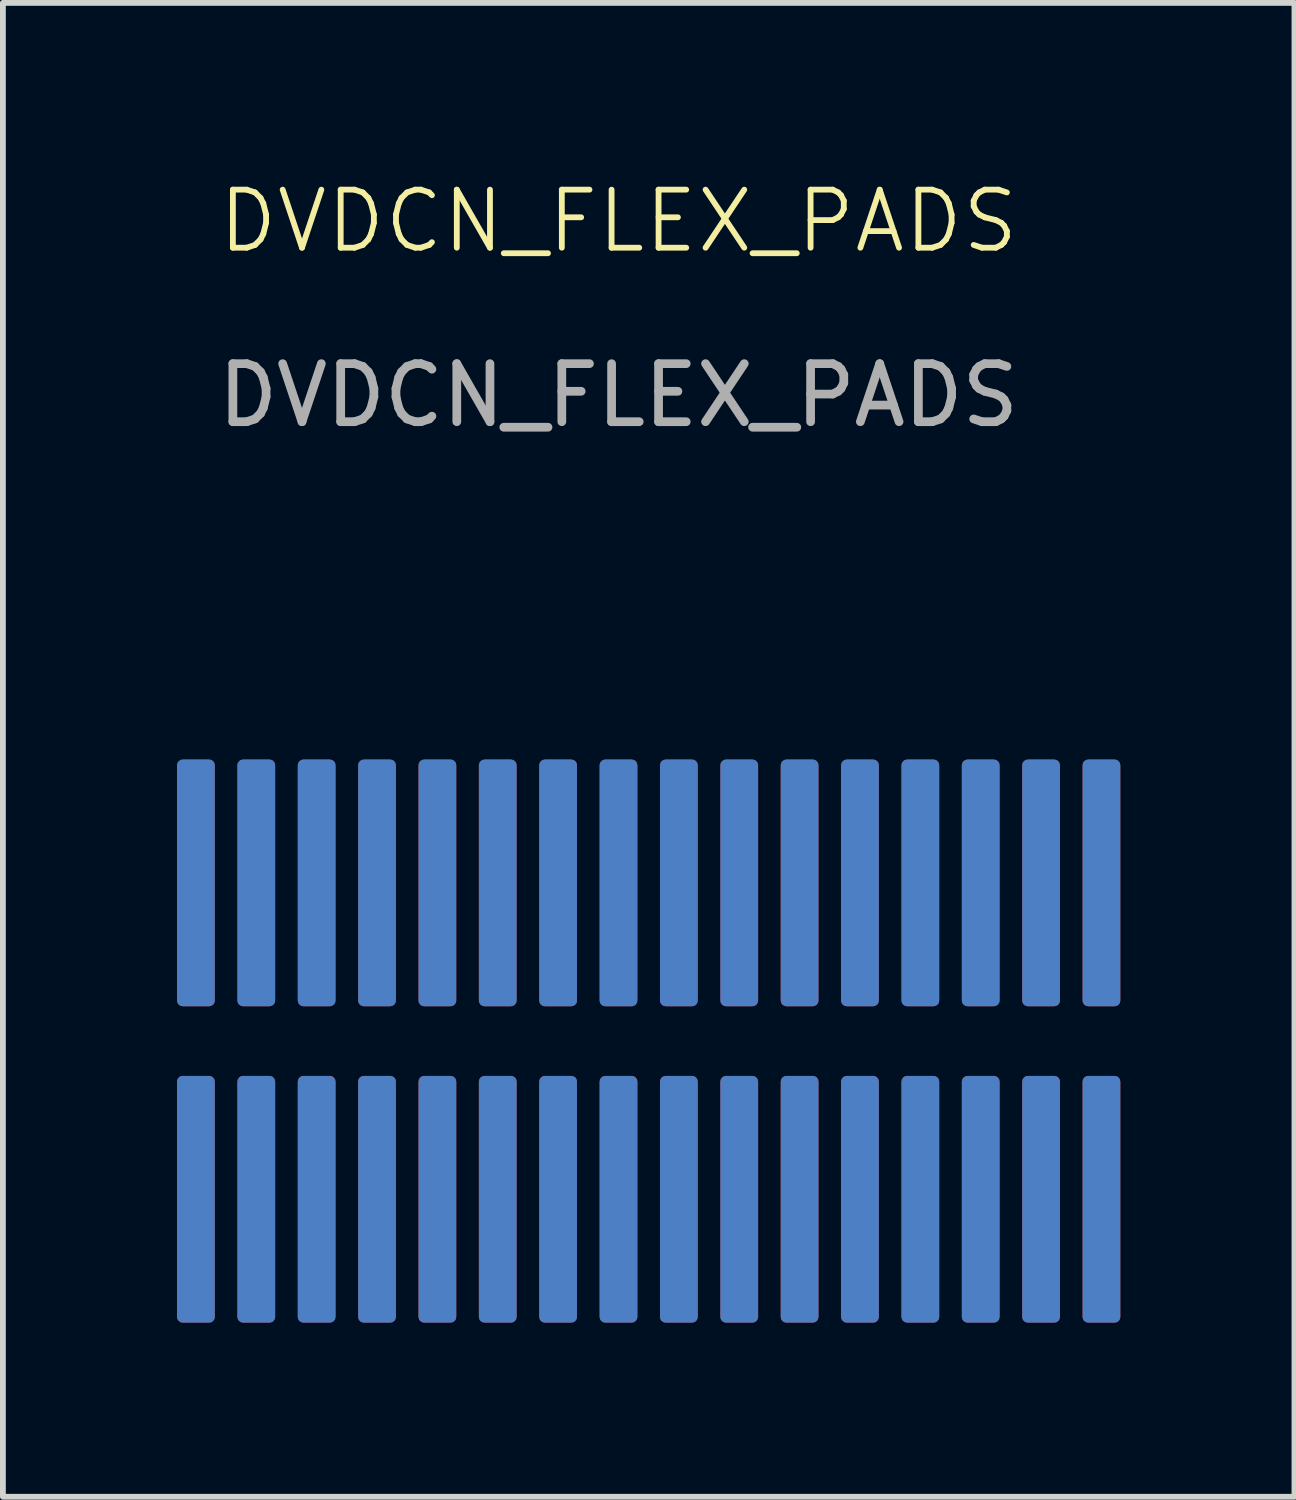
<source format=kicad_pcb>
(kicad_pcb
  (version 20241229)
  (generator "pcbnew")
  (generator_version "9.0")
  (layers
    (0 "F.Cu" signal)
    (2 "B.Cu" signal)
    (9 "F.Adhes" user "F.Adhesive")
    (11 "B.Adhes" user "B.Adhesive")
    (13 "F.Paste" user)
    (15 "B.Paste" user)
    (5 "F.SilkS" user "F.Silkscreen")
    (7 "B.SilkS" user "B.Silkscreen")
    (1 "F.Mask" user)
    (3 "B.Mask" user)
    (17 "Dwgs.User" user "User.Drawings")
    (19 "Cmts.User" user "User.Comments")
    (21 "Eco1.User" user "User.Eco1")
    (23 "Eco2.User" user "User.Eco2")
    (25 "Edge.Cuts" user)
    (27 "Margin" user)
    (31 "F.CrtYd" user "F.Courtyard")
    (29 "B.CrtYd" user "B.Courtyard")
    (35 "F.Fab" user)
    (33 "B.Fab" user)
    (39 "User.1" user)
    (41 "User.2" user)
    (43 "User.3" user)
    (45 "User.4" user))
  (footprint "DVDCN_FLEX_PADS"
    (layer "F.Cu")
    (at 7.605 1.26)
    (property "Reference" "DVDCN_FLEX_PADS" (at 0 -0.5 0) (unlocked yes) (layer "F.SilkS") (effects (font (size 1 1) (thickness 0.1))))
    (attr smd)
    (fp_text user "${REFERENCE}" (at 0 2.5 0) (unlocked yes) (layer "F.Fab") (effects (font (size 1 1) (thickness 0.15))))
    (pad "1" smd roundrect (at -7.28 10.9) (size 0.65 4.25) (layers "F.Cu") (roundrect_rratio 0.15))
    (pad "2" smd roundrect (at -7.28 16.35) (size 0.65 4.25) (layers "F.Cu") (roundrect_rratio 0.15))
    (pad "3" smd roundrect (at -6.24 10.9) (size 0.65 4.25) (layers "F.Cu") (roundrect_rratio 0.15))
    (pad "4" smd roundrect (at -6.24 16.35) (size 0.65 4.25) (layers "F.Cu") (roundrect_rratio 0.15))
    (pad "5" smd roundrect (at -5.2 10.9) (size 0.65 4.25) (layers "F.Cu") (roundrect_rratio 0.15))
    (pad "6" smd roundrect (at -5.2 16.35) (size 0.65 4.25) (layers "F.Cu") (roundrect_rratio 0.15))
    (pad "7" smd roundrect (at -4.16 10.9) (size 0.65 4.25) (layers "F.Cu") (roundrect_rratio 0.15))
    (pad "8" smd roundrect (at -4.16 16.35) (size 0.65 4.25) (layers "F.Cu") (roundrect_rratio 0.15))
    (pad "9" smd roundrect (at -3.12 10.9) (size 0.65 4.25) (layers "F.Cu") (roundrect_rratio 0.15))
    (pad "10" smd roundrect (at -3.12 16.35) (size 0.65 4.25) (layers "F.Cu") (roundrect_rratio 0.15))
    (pad "11" smd roundrect (at -2.08 10.9) (size 0.65 4.25) (layers "F.Cu") (roundrect_rratio 0.15))
    (pad "12" smd roundrect (at -2.08 16.35) (size 0.65 4.25) (layers "F.Cu") (roundrect_rratio 0.15))
    (pad "13" smd roundrect (at -1.04 10.9) (size 0.65 4.25) (layers "F.Cu") (roundrect_rratio 0.15))
    (pad "14" smd roundrect (at -1.04 16.35) (size 0.65 4.25) (layers "F.Cu") (roundrect_rratio 0.15))
    (pad "15" smd roundrect (at 0 10.9) (size 0.65 4.25) (layers "F.Cu") (roundrect_rratio 0.15))
    (pad "16" smd roundrect (at 0 16.35) (size 0.65 4.25) (layers "F.Cu") (roundrect_rratio 0.15))
    (pad "17" smd roundrect (at 1.04 10.9) (size 0.65 4.25) (layers "F.Cu") (roundrect_rratio 0.15))
    (pad "18" smd roundrect (at 1.04 16.35) (size 0.65 4.25) (layers "F.Cu") (roundrect_rratio 0.15))
    (pad "19" smd roundrect (at 2.08 10.9) (size 0.65 4.25) (layers "F.Cu") (roundrect_rratio 0.15))
    (pad "20" smd roundrect (at 2.08 16.35) (size 0.65 4.25) (layers "F.Cu") (roundrect_rratio 0.15))
    (pad "21" smd roundrect (at 3.12 10.9) (size 0.65 4.25) (layers "F.Cu") (roundrect_rratio 0.15))
    (pad "22" smd roundrect (at 3.12 16.35) (size 0.65 4.25) (layers "F.Cu") (roundrect_rratio 0.15))
    (pad "23" smd roundrect (at 4.16 10.9) (size 0.65 4.25) (layers "F.Cu") (roundrect_rratio 0.15))
    (pad "24" smd roundrect (at 4.16 16.35) (size 0.65 4.25) (layers "F.Cu") (roundrect_rratio 0.15))
    (pad "25" smd roundrect (at 5.2 10.9) (size 0.65 4.25) (layers "F.Cu") (roundrect_rratio 0.15))
    (pad "26" smd roundrect (at 5.2 16.35) (size 0.65 4.25) (layers "F.Cu") (roundrect_rratio 0.15))
    (pad "27" smd roundrect (at 6.24 10.9) (size 0.65 4.25) (layers "F.Cu") (roundrect_rratio 0.15))
    (pad "28" smd roundrect (at 6.24 16.35) (size 0.65 4.25) (layers "F.Cu") (roundrect_rratio 0.15))
    (pad "29" smd roundrect (at 7.28 10.9) (size 0.65 4.25) (layers "F.Cu") (roundrect_rratio 0.15))
    (pad "30" smd roundrect (at 7.28 16.35) (size 0.65 4.25) (layers "F.Cu") (roundrect_rratio 0.15))
    (pad "31" smd roundrect (at 8.32 10.9) (size 0.65 4.25) (layers "F.Cu") (roundrect_rratio 0.15))
    (pad "32" smd roundrect (at 8.32 16.35) (size 0.65 4.25) (layers "F.Cu") (roundrect_rratio 0.15))
    (pad "B1" smd roundrect (at -7.28 10.9) (size 0.65 4.25) (layers "B.Cu") (roundrect_rratio 0.15))
    (pad "B2" smd roundrect (at -7.28 16.35) (size 0.65 4.25) (layers "B.Cu") (roundrect_rratio 0.15))
    (pad "B3" smd roundrect (at -6.24 10.9) (size 0.65 4.25) (layers "B.Cu") (roundrect_rratio 0.15))
    (pad "B4" smd roundrect (at -6.24 16.35) (size 0.65 4.25) (layers "B.Cu") (roundrect_rratio 0.15))
    (pad "B5" smd roundrect (at -5.2 10.9) (size 0.65 4.25) (layers "B.Cu") (roundrect_rratio 0.15))
    (pad "B6" smd roundrect (at -5.2 16.35) (size 0.65 4.25) (layers "B.Cu") (roundrect_rratio 0.15))
    (pad "B7" smd roundrect (at -4.16 10.9) (size 0.65 4.25) (layers "B.Cu") (roundrect_rratio 0.15))
    (pad "B8" smd roundrect (at -4.16 16.35) (size 0.65 4.25) (layers "B.Cu") (roundrect_rratio 0.15))
    (pad "B9" smd roundrect (at -3.12 10.9) (size 0.65 4.25) (layers "B.Cu") (roundrect_rratio 0.15))
    (pad "B10" smd roundrect (at -3.12 16.35) (size 0.65 4.25) (layers "B.Cu") (roundrect_rratio 0.15))
    (pad "B11" smd roundrect (at -2.08 10.9) (size 0.65 4.25) (layers "B.Cu") (roundrect_rratio 0.15))
    (pad "B12" smd roundrect (at -2.08 16.35) (size 0.65 4.25) (layers "B.Cu") (roundrect_rratio 0.15))
    (pad "B13" smd roundrect (at -1.04 10.9) (size 0.65 4.25) (layers "B.Cu") (roundrect_rratio 0.15))
    (pad "B14" smd roundrect (at -1.04 16.35) (size 0.65 4.25) (layers "B.Cu") (roundrect_rratio 0.15))
    (pad "B15" smd roundrect (at 0 10.9) (size 0.65 4.25) (layers "B.Cu") (roundrect_rratio 0.15))
    (pad "B16" smd roundrect (at 0 16.35) (size 0.65 4.25) (layers "B.Cu") (roundrect_rratio 0.15))
    (pad "B17" smd roundrect (at 1.04 10.9) (size 0.65 4.25) (layers "B.Cu") (roundrect_rratio 0.15))
    (pad "B18" smd roundrect (at 1.04 16.35) (size 0.65 4.25) (layers "B.Cu") (roundrect_rratio 0.15))
    (pad "B19" smd roundrect (at 2.08 10.9) (size 0.65 4.25) (layers "B.Cu") (roundrect_rratio 0.15))
    (pad "B20" smd roundrect (at 2.08 16.35) (size 0.65 4.25) (layers "B.Cu") (roundrect_rratio 0.15))
    (pad "B21" smd roundrect (at 3.12 10.9) (size 0.65 4.25) (layers "B.Cu") (roundrect_rratio 0.15))
    (pad "B22" smd roundrect (at 3.12 16.35) (size 0.65 4.25) (layers "B.Cu") (roundrect_rratio 0.15))
    (pad "B23" smd roundrect (at 4.16 10.9) (size 0.65 4.25) (layers "B.Cu") (roundrect_rratio 0.15))
    (pad "B24" smd roundrect (at 4.16 16.35) (size 0.65 4.25) (layers "B.Cu") (roundrect_rratio 0.15))
    (pad "B25" smd roundrect (at 5.2 10.9) (size 0.65 4.25) (layers "B.Cu") (roundrect_rratio 0.15))
    (pad "B26" smd roundrect (at 5.2 16.35) (size 0.65 4.25) (layers "B.Cu") (roundrect_rratio 0.15))
    (pad "B27" smd roundrect (at 6.24 10.9) (size 0.65 4.25) (layers "B.Cu") (roundrect_rratio 0.15))
    (pad "B28" smd roundrect (at 6.24 16.35) (size 0.65 4.25) (layers "B.Cu") (roundrect_rratio 0.15))
    (pad "B29" smd roundrect (at 7.28 10.9) (size 0.65 4.25) (layers "B.Cu") (roundrect_rratio 0.15))
    (pad "B30" smd roundrect (at 7.28 16.35) (size 0.65 4.25) (layers "B.Cu") (roundrect_rratio 0.15))
    (pad "B31" smd roundrect (at 8.32 10.9) (size 0.65 4.25) (layers "B.Cu") (roundrect_rratio 0.15))
    (pad "B32" smd roundrect (at 8.32 16.35) (size 0.65 4.25) (layers "B.Cu") (roundrect_rratio 0.15)))
  (gr_rect
    (start -3 -3)
    (end 19.25 22.735)
    (stroke (width 0.1) (type default))
    (fill no)
    (layer "Edge.Cuts")))
</source>
